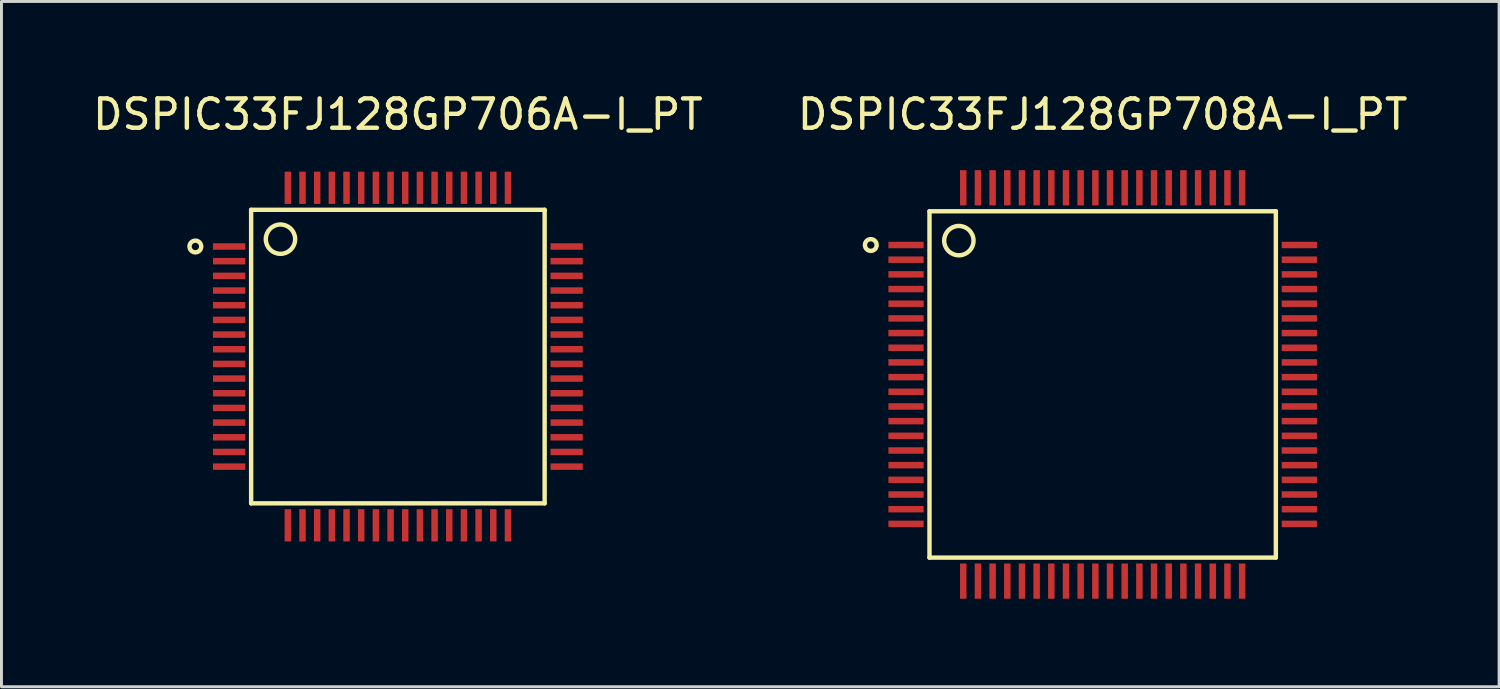
<source format=kicad_pcb>
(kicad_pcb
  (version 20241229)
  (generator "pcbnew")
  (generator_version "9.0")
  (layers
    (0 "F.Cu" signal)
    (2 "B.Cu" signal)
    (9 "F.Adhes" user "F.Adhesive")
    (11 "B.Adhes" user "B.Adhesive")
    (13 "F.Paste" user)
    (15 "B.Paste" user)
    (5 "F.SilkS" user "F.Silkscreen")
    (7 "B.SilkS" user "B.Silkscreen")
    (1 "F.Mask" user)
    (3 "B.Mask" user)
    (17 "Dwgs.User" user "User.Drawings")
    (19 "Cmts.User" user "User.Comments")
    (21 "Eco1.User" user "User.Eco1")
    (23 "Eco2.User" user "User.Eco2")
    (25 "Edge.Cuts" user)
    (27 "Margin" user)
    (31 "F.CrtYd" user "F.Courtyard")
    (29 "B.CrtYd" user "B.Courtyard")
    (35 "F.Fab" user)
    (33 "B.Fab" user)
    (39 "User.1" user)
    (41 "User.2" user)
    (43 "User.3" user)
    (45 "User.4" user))
  (footprint "DSPIC33FJ128GP706A-I_PT"
    (layer "F.Cu")
    (at 4.756 3.348)
    (property "Reference" "DSPIC33FJ128GP706A-I_PT" (at 5.75 -2.5 0) (layer "F.SilkS") (effects (font (size 1 1) (thickness 0.15))))
    (attr through_hole)
    (fp_line (start 0.75 0.75) (end 0.75 10.75) (stroke (width 0.15) (type solid)) (layer "F.SilkS"))
    (fp_line (start 0.75 0.75) (end 10.75 0.75) (stroke (width 0.15) (type solid)) (layer "F.SilkS"))
    (fp_line (start 0.75 10.75) (end 10.75 10.75) (stroke (width 0.15) (type solid)) (layer "F.SilkS"))
    (fp_line (start 10.75 10.75) (end 10.75 0.75) (stroke (width 0.15) (type solid)) (layer "F.SilkS"))
    (fp_circle (center -1.15 2) (end -1.15 1.8) (stroke (width 0.15) (type solid)) (fill no) (layer "F.SilkS"))
    (fp_circle (center 1.75 1.75) (end 1.75 1.25) (stroke (width 0.15) (type solid)) (fill no) (layer "F.SilkS"))
    (pad "1" smd rect (at 0 2) (size 1.1 0.22) (layers "F.Cu" "F.Mask" "F.Paste"))
    (pad "2" smd rect (at 0 2.5) (size 1.1 0.22) (layers "F.Cu" "F.Mask" "F.Paste"))
    (pad "3" smd rect (at 0 3) (size 1.1 0.22) (layers "F.Cu" "F.Mask" "F.Paste"))
    (pad "4" smd rect (at 0 3.5) (size 1.1 0.22) (layers "F.Cu" "F.Mask" "F.Paste"))
    (pad "5" smd rect (at 0 4) (size 1.1 0.22) (layers "F.Cu" "F.Mask" "F.Paste"))
    (pad "6" smd rect (at 0 4.5) (size 1.1 0.22) (layers "F.Cu" "F.Mask" "F.Paste"))
    (pad "7" smd rect (at 0 5) (size 1.1 0.22) (layers "F.Cu" "F.Mask" "F.Paste"))
    (pad "8" smd rect (at 0 5.5) (size 1.1 0.22) (layers "F.Cu" "F.Mask" "F.Paste"))
    (pad "9" smd rect (at 0 6) (size 1.1 0.22) (layers "F.Cu" "F.Mask" "F.Paste"))
    (pad "10" smd rect (at 0 6.5) (size 1.1 0.22) (layers "F.Cu" "F.Mask" "F.Paste"))
    (pad "11" smd rect (at 0 7) (size 1.1 0.22) (layers "F.Cu" "F.Mask" "F.Paste"))
    (pad "12" smd rect (at 0 7.5) (size 1.1 0.22) (layers "F.Cu" "F.Mask" "F.Paste"))
    (pad "13" smd rect (at 0 8) (size 1.1 0.22) (layers "F.Cu" "F.Mask" "F.Paste"))
    (pad "14" smd rect (at 0 8.5) (size 1.1 0.22) (layers "F.Cu" "F.Mask" "F.Paste"))
    (pad "15" smd rect (at 0 9) (size 1.1 0.22) (layers "F.Cu" "F.Mask" "F.Paste"))
    (pad "16" smd rect (at 0 9.5) (size 1.1 0.22) (layers "F.Cu" "F.Mask" "F.Paste"))
    (pad "17" smd rect (at 2 11.5) (size 0.22 1.1) (layers "F.Cu" "F.Mask" "F.Paste"))
    (pad "18" smd rect (at 2.5 11.5) (size 0.22 1.1) (layers "F.Cu" "F.Mask" "F.Paste"))
    (pad "19" smd rect (at 3 11.5) (size 0.22 1.1) (layers "F.Cu" "F.Mask" "F.Paste"))
    (pad "20" smd rect (at 3.5 11.5) (size 0.22 1.1) (layers "F.Cu" "F.Mask" "F.Paste"))
    (pad "21" smd rect (at 4 11.5) (size 0.22 1.1) (layers "F.Cu" "F.Mask" "F.Paste"))
    (pad "22" smd rect (at 4.5 11.5) (size 0.22 1.1) (layers "F.Cu" "F.Mask" "F.Paste"))
    (pad "23" smd rect (at 5 11.5) (size 0.22 1.1) (layers "F.Cu" "F.Mask" "F.Paste"))
    (pad "24" smd rect (at 5.5 11.5) (size 0.22 1.1) (layers "F.Cu" "F.Mask" "F.Paste"))
    (pad "25" smd rect (at 6 11.5) (size 0.22 1.1) (layers "F.Cu" "F.Mask" "F.Paste"))
    (pad "26" smd rect (at 6.5 11.5) (size 0.22 1.1) (layers "F.Cu" "F.Mask" "F.Paste"))
    (pad "27" smd rect (at 7 11.5) (size 0.22 1.1) (layers "F.Cu" "F.Mask" "F.Paste"))
    (pad "28" smd rect (at 7.5 11.5) (size 0.22 1.1) (layers "F.Cu" "F.Mask" "F.Paste"))
    (pad "29" smd rect (at 8 11.5) (size 0.22 1.1) (layers "F.Cu" "F.Mask" "F.Paste"))
    (pad "30" smd rect (at 8.5 11.5) (size 0.22 1.1) (layers "F.Cu" "F.Mask" "F.Paste"))
    (pad "31" smd rect (at 9 11.5) (size 0.22 1.1) (layers "F.Cu" "F.Mask" "F.Paste"))
    (pad "32" smd rect (at 9.5 11.5) (size 0.22 1.1) (layers "F.Cu" "F.Mask" "F.Paste"))
    (pad "33" smd rect (at 11.5 9.5) (size 1.1 0.22) (layers "F.Cu" "F.Mask" "F.Paste"))
    (pad "34" smd rect (at 11.5 9) (size 1.1 0.22) (layers "F.Cu" "F.Mask" "F.Paste"))
    (pad "35" smd rect (at 11.5 8.5) (size 1.1 0.22) (layers "F.Cu" "F.Mask" "F.Paste"))
    (pad "36" smd rect (at 11.5 8) (size 1.1 0.22) (layers "F.Cu" "F.Mask" "F.Paste"))
    (pad "37" smd rect (at 11.5 7.5) (size 1.1 0.22) (layers "F.Cu" "F.Mask" "F.Paste"))
    (pad "38" smd rect (at 11.5 7) (size 1.1 0.22) (layers "F.Cu" "F.Mask" "F.Paste"))
    (pad "39" smd rect (at 11.5 6.5) (size 1.1 0.22) (layers "F.Cu" "F.Mask" "F.Paste"))
    (pad "40" smd rect (at 11.5 6) (size 1.1 0.22) (layers "F.Cu" "F.Mask" "F.Paste"))
    (pad "41" smd rect (at 11.5 5.5) (size 1.1 0.22) (layers "F.Cu" "F.Mask" "F.Paste"))
    (pad "42" smd rect (at 11.5 5) (size 1.1 0.22) (layers "F.Cu" "F.Mask" "F.Paste"))
    (pad "43" smd rect (at 11.5 4.5) (size 1.1 0.22) (layers "F.Cu" "F.Mask" "F.Paste"))
    (pad "44" smd rect (at 11.5 4) (size 1.1 0.22) (layers "F.Cu" "F.Mask" "F.Paste"))
    (pad "45" smd rect (at 11.5 3.5) (size 1.1 0.22) (layers "F.Cu" "F.Mask" "F.Paste"))
    (pad "46" smd rect (at 11.5 3) (size 1.1 0.22) (layers "F.Cu" "F.Mask" "F.Paste"))
    (pad "47" smd rect (at 11.5 2.5) (size 1.1 0.22) (layers "F.Cu" "F.Mask" "F.Paste"))
    (pad "48" smd rect (at 11.5 2) (size 1.1 0.22) (layers "F.Cu" "F.Mask" "F.Paste"))
    (pad "49" smd rect (at 9.5 0) (size 0.22 1.1) (layers "F.Cu" "F.Mask" "F.Paste"))
    (pad "50" smd rect (at 9 0) (size 0.22 1.1) (layers "F.Cu" "F.Mask" "F.Paste"))
    (pad "51" smd rect (at 8.5 0) (size 0.22 1.1) (layers "F.Cu" "F.Mask" "F.Paste"))
    (pad "52" smd rect (at 8 0) (size 0.22 1.1) (layers "F.Cu" "F.Mask" "F.Paste"))
    (pad "53" smd rect (at 7.5 0) (size 0.22 1.1) (layers "F.Cu" "F.Mask" "F.Paste"))
    (pad "54" smd rect (at 7 0) (size 0.22 1.1) (layers "F.Cu" "F.Mask" "F.Paste"))
    (pad "55" smd rect (at 6.5 0) (size 0.22 1.1) (layers "F.Cu" "F.Mask" "F.Paste"))
    (pad "56" smd rect (at 6 0) (size 0.22 1.1) (layers "F.Cu" "F.Mask" "F.Paste"))
    (pad "57" smd rect (at 5.5 0) (size 0.22 1.1) (layers "F.Cu" "F.Mask" "F.Paste"))
    (pad "58" smd rect (at 5 0) (size 0.22 1.1) (layers "F.Cu" "F.Mask" "F.Paste"))
    (pad "59" smd rect (at 4.5 0) (size 0.22 1.1) (layers "F.Cu" "F.Mask" "F.Paste"))
    (pad "60" smd rect (at 4 0) (size 0.22 1.1) (layers "F.Cu" "F.Mask" "F.Paste"))
    (pad "61" smd rect (at 3.5 0) (size 0.22 1.1) (layers "F.Cu" "F.Mask" "F.Paste"))
    (pad "62" smd rect (at 3 0) (size 0.22 1.1) (layers "F.Cu" "F.Mask" "F.Paste"))
    (pad "63" smd rect (at 2.5 0) (size 0.22 1.1) (layers "F.Cu" "F.Mask" "F.Paste"))
    (pad "64" smd rect (at 2 0) (size 0.22 1.1) (layers "F.Cu" "F.Mask" "F.Paste")))
  (footprint "DSPIC33FJ128GP708A-I_PT"
    (layer "F.Cu")
    (at 27.818 3.348)
    (property "Reference" "DSPIC33FJ128GP708A-I_PT" (at 6.7 -2.5 0) (layer "F.SilkS") (effects (font (size 1 1) (thickness 0.15))))
    (attr through_hole)
    (fp_line (start 0.8 0.8) (end 0.8 12.6) (stroke (width 0.15) (type solid)) (layer "F.SilkS"))
    (fp_line (start 0.8 0.8) (end 12.6 0.8) (stroke (width 0.15) (type solid)) (layer "F.SilkS"))
    (fp_line (start 0.8 12.6) (end 12.6 12.6) (stroke (width 0.15) (type solid)) (layer "F.SilkS"))
    (fp_line (start 12.6 12.6) (end 12.6 0.8) (stroke (width 0.15) (type solid)) (layer "F.SilkS"))
    (fp_circle (center -1.2 1.95) (end -1.2 1.75) (stroke (width 0.15) (type solid)) (fill no) (layer "F.SilkS"))
    (fp_circle (center 1.8 1.8) (end 1.8 1.3) (stroke (width 0.15) (type solid)) (fill no) (layer "F.SilkS"))
    (pad "1" smd rect (at 0 1.95) (size 1.2 0.22) (layers "F.Cu" "F.Mask" "F.Paste"))
    (pad "2" smd rect (at 0 2.45) (size 1.2 0.22) (layers "F.Cu" "F.Mask" "F.Paste"))
    (pad "3" smd rect (at 0 2.95) (size 1.2 0.22) (layers "F.Cu" "F.Mask" "F.Paste"))
    (pad "4" smd rect (at 0 3.45) (size 1.2 0.22) (layers "F.Cu" "F.Mask" "F.Paste"))
    (pad "5" smd rect (at 0 3.95) (size 1.2 0.22) (layers "F.Cu" "F.Mask" "F.Paste"))
    (pad "6" smd rect (at 0 4.45) (size 1.2 0.22) (layers "F.Cu" "F.Mask" "F.Paste"))
    (pad "7" smd rect (at 0 4.95) (size 1.2 0.22) (layers "F.Cu" "F.Mask" "F.Paste"))
    (pad "8" smd rect (at 0 5.45) (size 1.2 0.22) (layers "F.Cu" "F.Mask" "F.Paste"))
    (pad "9" smd rect (at 0 5.95) (size 1.2 0.22) (layers "F.Cu" "F.Mask" "F.Paste"))
    (pad "10" smd rect (at 0 6.45) (size 1.2 0.22) (layers "F.Cu" "F.Mask" "F.Paste"))
    (pad "11" smd rect (at 0 6.95) (size 1.2 0.22) (layers "F.Cu" "F.Mask" "F.Paste"))
    (pad "12" smd rect (at 0 7.45) (size 1.2 0.22) (layers "F.Cu" "F.Mask" "F.Paste"))
    (pad "13" smd rect (at 0 7.95) (size 1.2 0.22) (layers "F.Cu" "F.Mask" "F.Paste"))
    (pad "14" smd rect (at 0 8.45) (size 1.2 0.22) (layers "F.Cu" "F.Mask" "F.Paste"))
    (pad "15" smd rect (at 0 8.95) (size 1.2 0.22) (layers "F.Cu" "F.Mask" "F.Paste"))
    (pad "16" smd rect (at 0 9.45) (size 1.2 0.22) (layers "F.Cu" "F.Mask" "F.Paste"))
    (pad "17" smd rect (at 0 9.95) (size 1.2 0.22) (layers "F.Cu" "F.Mask" "F.Paste"))
    (pad "18" smd rect (at 0 10.45) (size 1.2 0.22) (layers "F.Cu" "F.Mask" "F.Paste"))
    (pad "19" smd rect (at 0 10.95) (size 1.2 0.22) (layers "F.Cu" "F.Mask" "F.Paste"))
    (pad "20" smd rect (at 0 11.45) (size 1.2 0.22) (layers "F.Cu" "F.Mask" "F.Paste"))
    (pad "21" smd rect (at 1.95 13.4) (size 0.22 1.2) (layers "F.Cu" "F.Mask" "F.Paste"))
    (pad "22" smd rect (at 2.45 13.4) (size 0.22 1.2) (layers "F.Cu" "F.Mask" "F.Paste"))
    (pad "23" smd rect (at 2.95 13.4) (size 0.22 1.2) (layers "F.Cu" "F.Mask" "F.Paste"))
    (pad "24" smd rect (at 3.45 13.4) (size 0.22 1.2) (layers "F.Cu" "F.Mask" "F.Paste"))
    (pad "25" smd rect (at 3.95 13.4) (size 0.22 1.2) (layers "F.Cu" "F.Mask" "F.Paste"))
    (pad "26" smd rect (at 4.45 13.4) (size 0.22 1.2) (layers "F.Cu" "F.Mask" "F.Paste"))
    (pad "27" smd rect (at 4.95 13.4) (size 0.22 1.2) (layers "F.Cu" "F.Mask" "F.Paste"))
    (pad "28" smd rect (at 5.45 13.4) (size 0.22 1.2) (layers "F.Cu" "F.Mask" "F.Paste"))
    (pad "29" smd rect (at 5.95 13.4) (size 0.22 1.2) (layers "F.Cu" "F.Mask" "F.Paste"))
    (pad "30" smd rect (at 6.45 13.4) (size 0.22 1.2) (layers "F.Cu" "F.Mask" "F.Paste"))
    (pad "31" smd rect (at 6.95 13.4) (size 0.22 1.2) (layers "F.Cu" "F.Mask" "F.Paste"))
    (pad "32" smd rect (at 7.45 13.4) (size 0.22 1.2) (layers "F.Cu" "F.Mask" "F.Paste"))
    (pad "33" smd rect (at 7.95 13.4) (size 0.22 1.2) (layers "F.Cu" "F.Mask" "F.Paste"))
    (pad "34" smd rect (at 8.45 13.4) (size 0.22 1.2) (layers "F.Cu" "F.Mask" "F.Paste"))
    (pad "35" smd rect (at 8.95 13.4) (size 0.22 1.2) (layers "F.Cu" "F.Mask" "F.Paste"))
    (pad "36" smd rect (at 9.45 13.4) (size 0.22 1.2) (layers "F.Cu" "F.Mask" "F.Paste"))
    (pad "37" smd rect (at 9.95 13.4) (size 0.22 1.2) (layers "F.Cu" "F.Mask" "F.Paste"))
    (pad "38" smd rect (at 10.45 13.4) (size 0.22 1.2) (layers "F.Cu" "F.Mask" "F.Paste"))
    (pad "39" smd rect (at 10.95 13.4) (size 0.22 1.2) (layers "F.Cu" "F.Mask" "F.Paste"))
    (pad "40" smd rect (at 11.45 13.4) (size 0.22 1.2) (layers "F.Cu" "F.Mask" "F.Paste"))
    (pad "41" smd rect (at 13.4 11.45) (size 1.2 0.22) (layers "F.Cu" "F.Mask" "F.Paste"))
    (pad "42" smd rect (at 13.4 10.95) (size 1.2 0.22) (layers "F.Cu" "F.Mask" "F.Paste"))
    (pad "43" smd rect (at 13.4 10.45) (size 1.2 0.22) (layers "F.Cu" "F.Mask" "F.Paste"))
    (pad "44" smd rect (at 13.4 9.95) (size 1.2 0.22) (layers "F.Cu" "F.Mask" "F.Paste"))
    (pad "45" smd rect (at 13.4 9.45) (size 1.2 0.22) (layers "F.Cu" "F.Mask" "F.Paste"))
    (pad "46" smd rect (at 13.4 8.95) (size 1.2 0.22) (layers "F.Cu" "F.Mask" "F.Paste"))
    (pad "47" smd rect (at 13.4 8.45) (size 1.2 0.22) (layers "F.Cu" "F.Mask" "F.Paste"))
    (pad "48" smd rect (at 13.4 7.95) (size 1.2 0.22) (layers "F.Cu" "F.Mask" "F.Paste"))
    (pad "49" smd rect (at 13.4 7.45) (size 1.2 0.22) (layers "F.Cu" "F.Mask" "F.Paste"))
    (pad "50" smd rect (at 13.4 6.95) (size 1.2 0.22) (layers "F.Cu" "F.Mask" "F.Paste"))
    (pad "51" smd rect (at 13.4 6.45) (size 1.2 0.22) (layers "F.Cu" "F.Mask" "F.Paste"))
    (pad "52" smd rect (at 13.4 5.95) (size 1.2 0.22) (layers "F.Cu" "F.Mask" "F.Paste"))
    (pad "53" smd rect (at 13.4 5.45) (size 1.2 0.22) (layers "F.Cu" "F.Mask" "F.Paste"))
    (pad "54" smd rect (at 13.4 4.95) (size 1.2 0.22) (layers "F.Cu" "F.Mask" "F.Paste"))
    (pad "55" smd rect (at 13.4 4.45) (size 1.2 0.22) (layers "F.Cu" "F.Mask" "F.Paste"))
    (pad "56" smd rect (at 13.4 3.95) (size 1.2 0.22) (layers "F.Cu" "F.Mask" "F.Paste"))
    (pad "57" smd rect (at 13.4 3.45) (size 1.2 0.22) (layers "F.Cu" "F.Mask" "F.Paste"))
    (pad "58" smd rect (at 13.4 2.95) (size 1.2 0.22) (layers "F.Cu" "F.Mask" "F.Paste"))
    (pad "59" smd rect (at 13.4 2.45) (size 1.2 0.22) (layers "F.Cu" "F.Mask" "F.Paste"))
    (pad "60" smd rect (at 13.4 1.95) (size 1.2 0.22) (layers "F.Cu" "F.Mask" "F.Paste"))
    (pad "61" smd rect (at 11.45 0) (size 0.22 1.2) (layers "F.Cu" "F.Mask" "F.Paste"))
    (pad "62" smd rect (at 10.95 0) (size 0.22 1.2) (layers "F.Cu" "F.Mask" "F.Paste"))
    (pad "63" smd rect (at 10.45 0) (size 0.22 1.2) (layers "F.Cu" "F.Mask" "F.Paste"))
    (pad "64" smd rect (at 9.95 0) (size 0.22 1.2) (layers "F.Cu" "F.Mask" "F.Paste"))
    (pad "65" smd rect (at 9.45 0) (size 0.22 1.2) (layers "F.Cu" "F.Mask" "F.Paste"))
    (pad "66" smd rect (at 8.95 0) (size 0.22 1.2) (layers "F.Cu" "F.Mask" "F.Paste"))
    (pad "67" smd rect (at 8.45 0) (size 0.22 1.2) (layers "F.Cu" "F.Mask" "F.Paste"))
    (pad "68" smd rect (at 7.95 0) (size 0.22 1.2) (layers "F.Cu" "F.Mask" "F.Paste"))
    (pad "69" smd rect (at 7.45 0) (size 0.22 1.2) (layers "F.Cu" "F.Mask" "F.Paste"))
    (pad "70" smd rect (at 6.95 0) (size 0.22 1.2) (layers "F.Cu" "F.Mask" "F.Paste"))
    (pad "71" smd rect (at 6.45 0) (size 0.22 1.2) (layers "F.Cu" "F.Mask" "F.Paste"))
    (pad "72" smd rect (at 5.95 0) (size 0.22 1.2) (layers "F.Cu" "F.Mask" "F.Paste"))
    (pad "73" smd rect (at 5.45 0) (size 0.22 1.2) (layers "F.Cu" "F.Mask" "F.Paste"))
    (pad "74" smd rect (at 4.95 0) (size 0.22 1.2) (layers "F.Cu" "F.Mask" "F.Paste"))
    (pad "75" smd rect (at 4.45 0) (size 0.22 1.2) (layers "F.Cu" "F.Mask" "F.Paste"))
    (pad "76" smd rect (at 3.95 0) (size 0.22 1.2) (layers "F.Cu" "F.Mask" "F.Paste"))
    (pad "77" smd rect (at 3.45 0) (size 0.22 1.2) (layers "F.Cu" "F.Mask" "F.Paste"))
    (pad "78" smd rect (at 2.95 0) (size 0.22 1.2) (layers "F.Cu" "F.Mask" "F.Paste"))
    (pad "79" smd rect (at 2.45 0) (size 0.22 1.2) (layers "F.Cu" "F.Mask" "F.Paste"))
    (pad "80" smd rect (at 1.95 0) (size 0.22 1.2) (layers "F.Cu" "F.Mask" "F.Paste")))
  (gr_rect
    (start -3 -3)
    (end 48.024 20.348)
    (stroke (width 0.1) (type default))
    (fill no)
    (layer "Edge.Cuts")))
</source>
